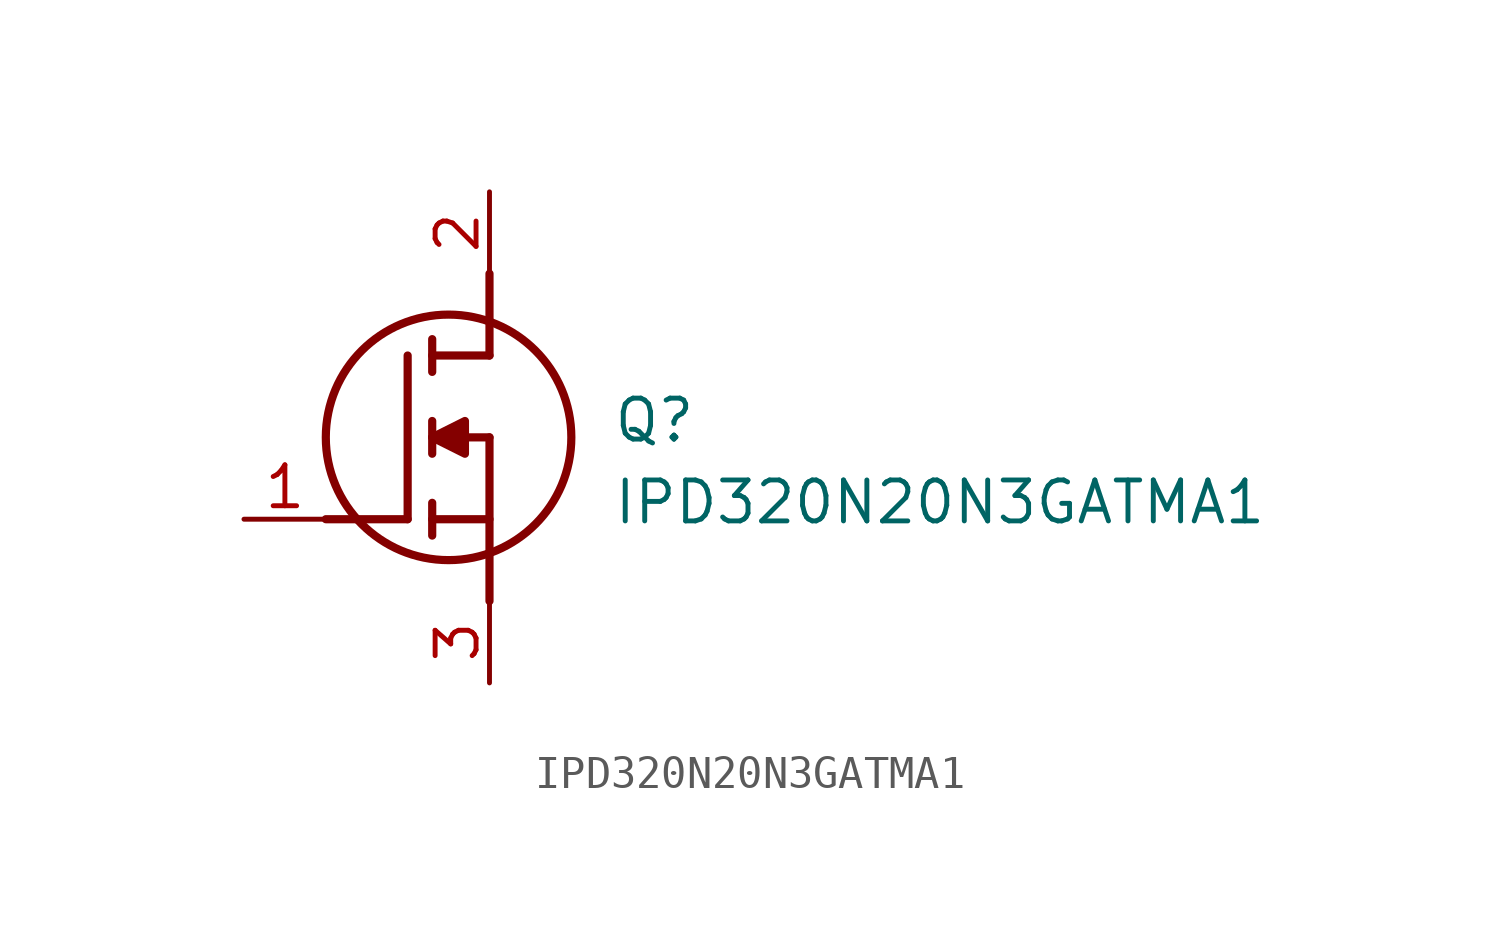
<source format=kicad_sym>
(kicad_symbol_lib
  (version 20211014)
  (generator SamacSys_ECAD_Model)
  (symbol "IPD320N20N3GATMA1"
    (pin_names hide)
    (property "Reference" "Q"
      (at 11.43 3.81 0)
      (effects (font (size 1.27 1.27)) (justify left top)))
    (property "Value" "IPD320N20N3GATMA1"
      (at 11.43 1.27 0)
      (effects (font (size 1.27 1.27)) (justify left top)))
    (polyline
      (pts (xy 7.62 2.54) (xy 7.62 -2.54))
      (stroke (width 0.254) (type default))
      (fill (type none)))
    (polyline
      (pts (xy 7.62 5.08) (xy 7.62 7.62))
      (stroke (width 0.254) (type default))
      (fill (type none)))
    (polyline
      (pts (xy 2.54 0) (xy 5.08 0))
      (stroke (width 0.254) (type default))
      (fill (type none)))
    (polyline
      (pts (xy 5.08 5.08) (xy 5.08 0))
      (stroke (width 0.254) (type default))
      (fill (type none)))
    (polyline
      (pts (xy 7.62 2.54) (xy 5.842 2.54))
      (stroke (width 0.254) (type default))
      (fill (type none)))
    (polyline
      (pts (xy 7.62 5.08) (xy 5.842 5.08))
      (stroke (width 0.254) (type default))
      (fill (type none)))
    (polyline
      (pts (xy 5.842 0) (xy 7.62 0))
      (stroke (width 0.254) (type default))
      (fill (type none)))
    (polyline
      (pts (xy 5.842 5.588) (xy 5.842 4.572))
      (stroke (width 0.254) (type default))
      (fill (type none)))
    (polyline
      (pts (xy 5.842 -0.508) (xy 5.842 0.508))
      (stroke (width 0.254) (type default))
      (fill (type none)))
    (polyline
      (pts (xy 5.842 2.032) (xy 5.842 3.048))
      (stroke (width 0.254) (type default))
      (fill (type none)))
    (circle
      (center 6.35 2.54)
      (radius 3.81)
      (stroke (width 0.254) (type default))
      (fill (type none)))
    (polyline
      (pts (xy 5.842 2.54) (xy 6.858 3.048) (xy 6.858 2.032) (xy 5.842 2.54))
      (stroke (width 0.254) (type default))
      (fill (type outline)))
    (pin passive line
      (at 0 0 0)
      (length 2.54)
      (name "G" (effects (font (size 1.27 1.27))))
      (number "1" (effects (font (size 1.27 1.27)))))
    (pin passive line
      (at 7.62 10.16 270)
      (length 2.54)
      (name "D" (effects (font (size 1.27 1.27))))
      (number "2" (effects (font (size 1.27 1.27)))))
    (pin passive line
      (at 7.62 -5.08 90)
      (length 2.54)
      (name "S" (effects (font (size 1.27 1.27))))
      (number "3" (effects (font (size 1.27 1.27)))))))
</source>
